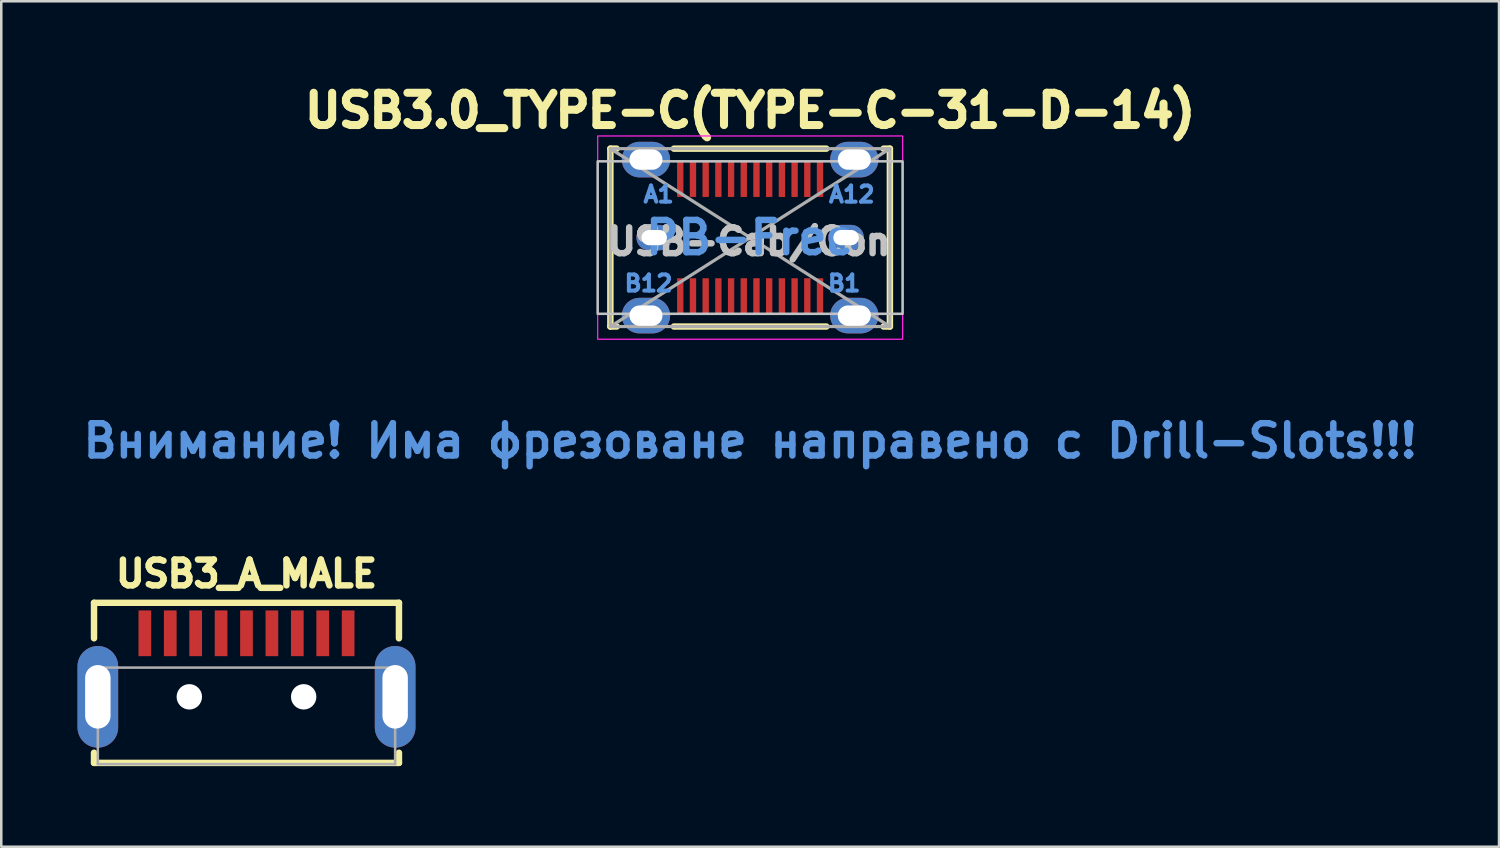
<source format=kicad_pcb>
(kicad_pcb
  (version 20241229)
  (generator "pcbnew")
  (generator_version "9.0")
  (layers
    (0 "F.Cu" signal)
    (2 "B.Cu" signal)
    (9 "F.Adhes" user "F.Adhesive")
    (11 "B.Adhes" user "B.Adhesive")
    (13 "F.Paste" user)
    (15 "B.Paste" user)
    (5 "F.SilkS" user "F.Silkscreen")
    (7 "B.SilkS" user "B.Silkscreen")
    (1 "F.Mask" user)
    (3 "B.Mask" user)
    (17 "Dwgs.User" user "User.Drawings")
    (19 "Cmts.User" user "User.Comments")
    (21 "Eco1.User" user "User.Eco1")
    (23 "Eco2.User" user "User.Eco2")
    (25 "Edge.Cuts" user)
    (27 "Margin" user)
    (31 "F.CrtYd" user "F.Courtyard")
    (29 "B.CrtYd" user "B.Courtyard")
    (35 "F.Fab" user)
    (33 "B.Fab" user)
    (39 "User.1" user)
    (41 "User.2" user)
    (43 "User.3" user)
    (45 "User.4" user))
  (footprint "USB3_A_MALE"
    (layer "F.Cu")
    (at 6.65 27.022)
    (property "Reference" "USB3_A_MALE" (at 0 -7.493 0) (layer "F.SilkS") (effects (font (size 1.016 1.016) (thickness 0.254) (bold yes))))
    (attr smd)
    (fp_line (start -6 -6.35) (end 6 -6.35) (stroke (width 0.254) (type solid)) (layer "F.SilkS"))
    (fp_line (start -6 -4.953) (end -6 -6.35) (stroke (width 0.254) (type solid)) (layer "F.SilkS"))
    (fp_line (start -6 -0.45) (end -6 -0.05) (stroke (width 0.254) (type solid)) (layer "F.SilkS"))
    (fp_line (start -6 -0.05) (end 6 -0.05) (stroke (width 0.254) (type solid)) (layer "F.SilkS"))
    (fp_line (start 6 -6.35) (end 6 -4.953) (stroke (width 0.254) (type solid)) (layer "F.SilkS"))
    (fp_line (start 6 -0.05) (end 6 -0.45) (stroke (width 0.254) (type solid)) (layer "F.SilkS"))
    (fp_line (start -5.85 -3.8) (end 5.85 -3.8) (stroke (width 0.1) (type solid)) (layer "F.Fab"))
    (fp_line (start -5.85 0) (end -5.85 -3.8) (stroke (width 0.1) (type solid)) (layer "F.Fab"))
    (fp_line (start -5.85 0) (end 5.85 0) (stroke (width 0.1) (type solid)) (layer "F.Fab"))
    (fp_line (start 5.85 -3.8) (end 5.85 0) (stroke (width 0.1) (type solid)) (layer "F.Fab"))
    (pad "" np_thru_hole circle (at -2.25 -2.65) (size 1 1) (drill 1) (layers "*.Cu" "*.Mask"))
    (pad "" np_thru_hole circle (at 2.25 -2.65) (size 1 1) (drill 1) (layers "*.Cu" "*.Mask"))
    (pad "0" thru_hole oval (at -5.85 -2.65) (size 1.6 4) (drill oval 1 2.5) (layers "*.Cu" "*.Mask"))
    (pad "0" thru_hole oval (at 5.85 -2.65) (size 1.6 4) (drill oval 1 2.5) (layers "*.Cu" "*.Mask"))
    (pad "1" smd rect (at 3 -5.15) (size 0.5 1.8) (layers "F.Cu" "F.Mask" "F.Paste"))
    (pad "2" smd rect (at 1 -5.15) (size 0.5 1.8) (layers "F.Cu" "F.Mask" "F.Paste"))
    (pad "3" smd rect (at -1 -5.15) (size 0.5 1.8) (layers "F.Cu" "F.Mask" "F.Paste"))
    (pad "4" smd rect (at -3 -5.15) (size 0.5 1.8) (layers "F.Cu" "F.Mask" "F.Paste"))
    (pad "5" smd rect (at -4 -5.15) (size 0.5 1.8) (layers "F.Cu" "F.Mask" "F.Paste"))
    (pad "6" smd rect (at -2 -5.15) (size 0.5 1.8) (layers "F.Cu" "F.Mask" "F.Paste"))
    (pad "7" smd rect (at 0 -5.15) (size 0.5 1.8) (layers "F.Cu" "F.Mask" "F.Paste"))
    (pad "8" smd rect (at 2 -5.15) (size 0.5 1.8) (layers "F.Cu" "F.Mask" "F.Paste"))
    (pad "9" smd rect (at 4 -5.15) (size 0.5 1.8) (layers "F.Cu" "F.Mask" "F.Paste")))
  (footprint "USB3.0_TYPE-C(TYPE-C-31-D-14)"
    (layer "F.Cu")
    (at 26.47 6.3)
    (property "Reference" "USB3.0_TYPE-C(TYPE-C-31-D-14)" (at 0 -5 0) (layer "F.SilkS") (effects (font (size 1.27 1.27) (thickness 0.318) (bold yes))))
    (attr smd)
    (fp_line (start -5.5 -3.5) (end -5.5 3.5) (stroke (width 0.254) (type solid)) (layer "F.SilkS"))
    (fp_line (start -5.5 -3.5) (end -5.25 -3.5) (stroke (width 0.254) (type solid)) (layer "F.SilkS"))
    (fp_line (start -5.5 3.5) (end -5.25 3.5) (stroke (width 0.254) (type solid)) (layer "F.SilkS"))
    (fp_line (start -3 -3.5) (end 3 -3.5) (stroke (width 0.254) (type solid)) (layer "F.SilkS"))
    (fp_line (start -3 3.5) (end 3 3.5) (stroke (width 0.254) (type solid)) (layer "F.SilkS"))
    (fp_line (start 5.5 -3.5) (end 5.25 -3.5) (stroke (width 0.254) (type solid)) (layer "F.SilkS"))
    (fp_line (start 5.5 3.5) (end 5.25 3.5) (stroke (width 0.254) (type solid)) (layer "F.SilkS"))
    (fp_line (start 5.5 3.5) (end 5.5 -3.5) (stroke (width 0.254) (type solid)) (layer "F.SilkS"))
    (fp_rect (start -6 -3) (end 6 3) (stroke (width 0.1) (type default)) (fill no) (layer "Dwgs.User"))
    (fp_rect (start -6 -4) (end 6 4) (stroke (width 0.05) (type default)) (fill no) (layer "F.CrtYd"))
    (fp_line (start -5.5 -3.5) (end 5.5 3.5) (stroke (width 0.127) (type solid)) (layer "F.Fab"))
    (fp_line (start 5.5 -3.5) (end -5.5 3.5) (stroke (width 0.127) (type solid)) (layer "F.Fab"))
    (fp_rect (start -5.5 -3.5) (end 5.5 3.5) (stroke (width 0.127) (type default)) (fill no) (layer "F.Fab"))
    (fp_text user "USB-Cab/Con" (at -5.75 0.75 0) (unlocked yes) (layer "Dwgs.User") (effects (font (size 1.016 1.016) (thickness 0.254) (bold yes)) (justify left bottom)))
    (fp_text user "Внимание! Има фрезоване направено с Drill-Slots!!!" (at 0 8 0) (layer "Cmts.User") (effects (font (size 1.27 1.27) (thickness 0.254))))
    (fp_text user "PB-Free" (at 0 0 0) (layer "Cmts.User") (effects (font (size 1.27 1.27) (thickness 0.254))))
    (fp_text user "A1" (at -3.6 -1.7 180) (layer "Cmts.User") (effects (font (size 0.635 0.635) (thickness 0.159))))
    (fp_text user "B1" (at 3.7 1.8 180) (layer "Cmts.User") (effects (font (size 0.635 0.635) (thickness 0.159))))
    (fp_text user "B12" (at -4 1.8 180) (layer "Cmts.User") (effects (font (size 0.635 0.635) (thickness 0.159))))
    (fp_text user "A12" (at 4 -1.7 180) (layer "Cmts.User") (effects (font (size 0.635 0.635) (thickness 0.159))))
    (pad "" smd rect (at -4.35 -3) (size 2.15 2) (layers "F.Paste"))
    (pad "" smd rect (at -4.35 3) (size 2.15 2) (layers "F.Paste"))
    (pad "" smd rect (at -3.775 0) (size 2 1.5) (layers "F.Paste"))
    (pad "" smd rect (at 3.775 0) (size 2 1.5) (layers "F.Paste"))
    (pad "" smd rect (at 4.35 -3) (size 2.15 2) (layers "F.Paste"))
    (pad "" smd rect (at 4.35 3) (size 2.15 2) (layers "F.Paste"))
    (pad "0" thru_hole oval (at -4.1 -3.07 90) (size 1.4 1.9) (drill oval 0.8 1.3) (layers "*.Cu" "*.Mask"))
    (pad "0" thru_hole oval (at -4.1 3.07 90) (size 1.4 1.9) (drill oval 0.8 1.3) (layers "*.Cu" "*.Mask"))
    (pad "0" thru_hole oval (at -3.775 0 90) (size 1 1.4) (drill oval 0.6 1) (layers "*.Cu" "*.Mask"))
    (pad "0" thru_hole oval (at 3.775 0 90) (size 1 1.4) (drill oval 0.6 1) (layers "*.Cu" "*.Mask"))
    (pad "0" thru_hole oval (at 4.1 -3.07 90) (size 1.4 1.9) (drill oval 0.8 1.3) (layers "*.Cu" "*.Mask"))
    (pad "0" thru_hole oval (at 4.1 3.07 90) (size 1.4 1.9) (drill oval 0.8 1.3) (layers "*.Cu" "*.Mask"))
    (pad "A1" smd rect (at -2.75 -2.3 180) (size 0.25 1.4) (layers "F.Cu" "F.Mask" "F.Paste"))
    (pad "A2" smd rect (at -2.25 -2.3 180) (size 0.25 1.4) (layers "F.Cu" "F.Mask" "F.Paste"))
    (pad "A3" smd rect (at -1.75 -2.3 180) (size 0.25 1.4) (layers "F.Cu" "F.Mask" "F.Paste"))
    (pad "A4" smd rect (at -1.25 -2.3 180) (size 0.25 1.4) (layers "F.Cu" "F.Mask" "F.Paste"))
    (pad "A5" smd rect (at -0.75 -2.3 180) (size 0.25 1.4) (layers "F.Cu" "F.Mask" "F.Paste"))
    (pad "A6" smd rect (at -0.25 -2.3 180) (size 0.25 1.4) (layers "F.Cu" "F.Mask" "F.Paste"))
    (pad "A7" smd rect (at 0.25 -2.3 180) (size 0.25 1.4) (layers "F.Cu" "F.Mask" "F.Paste"))
    (pad "A8" smd rect (at 0.75 -2.3 180) (size 0.25 1.4) (layers "F.Cu" "F.Mask" "F.Paste"))
    (pad "A9" smd rect (at 1.25 -2.3 180) (size 0.25 1.4) (layers "F.Cu" "F.Mask" "F.Paste"))
    (pad "A10" smd rect (at 1.75 -2.3 180) (size 0.25 1.4) (layers "F.Cu" "F.Mask" "F.Paste"))
    (pad "A11" smd rect (at 2.25 -2.3 180) (size 0.25 1.4) (layers "F.Cu" "F.Mask" "F.Paste"))
    (pad "A12" smd rect (at 2.75 -2.3 180) (size 0.25 1.4) (layers "F.Cu" "F.Mask" "F.Paste"))
    (pad "B1" smd rect (at 2.75 2.3 180) (size 0.25 1.4) (layers "F.Cu" "F.Mask" "F.Paste"))
    (pad "B2" smd rect (at 2.25 2.3 180) (size 0.25 1.4) (layers "F.Cu" "F.Mask" "F.Paste"))
    (pad "B3" smd rect (at 1.75 2.3 180) (size 0.25 1.4) (layers "F.Cu" "F.Mask" "F.Paste"))
    (pad "B4" smd rect (at 1.25 2.3 180) (size 0.25 1.4) (layers "F.Cu" "F.Mask" "F.Paste"))
    (pad "B5" smd rect (at 0.75 2.3 180) (size 0.25 1.4) (layers "F.Cu" "F.Mask" "F.Paste"))
    (pad "B6" smd rect (at 0.25 2.3 180) (size 0.25 1.4) (layers "F.Cu" "F.Mask" "F.Paste"))
    (pad "B7" smd rect (at -0.25 2.3 180) (size 0.25 1.4) (layers "F.Cu" "F.Mask" "F.Paste"))
    (pad "B8" smd rect (at -0.75 2.3 180) (size 0.25 1.4) (layers "F.Cu" "F.Mask" "F.Paste"))
    (pad "B9" smd rect (at -1.25 2.3 180) (size 0.25 1.4) (layers "F.Cu" "F.Mask" "F.Paste"))
    (pad "B10" smd rect (at -1.75 2.3 180) (size 0.25 1.4) (layers "F.Cu" "F.Mask" "F.Paste"))
    (pad "B11" smd rect (at -2.25 2.3 180) (size 0.25 1.4) (layers "F.Cu" "F.Mask" "F.Paste"))
    (pad "B12" smd rect (at -2.75 2.3 180) (size 0.25 1.4) (layers "F.Cu" "F.Mask" "F.Paste")))
  (gr_rect
    (start -3 -3)
    (end 55.941 30.272)
    (stroke (width 0.1) (type default))
    (fill no)
    (layer "Edge.Cuts")))
</source>
